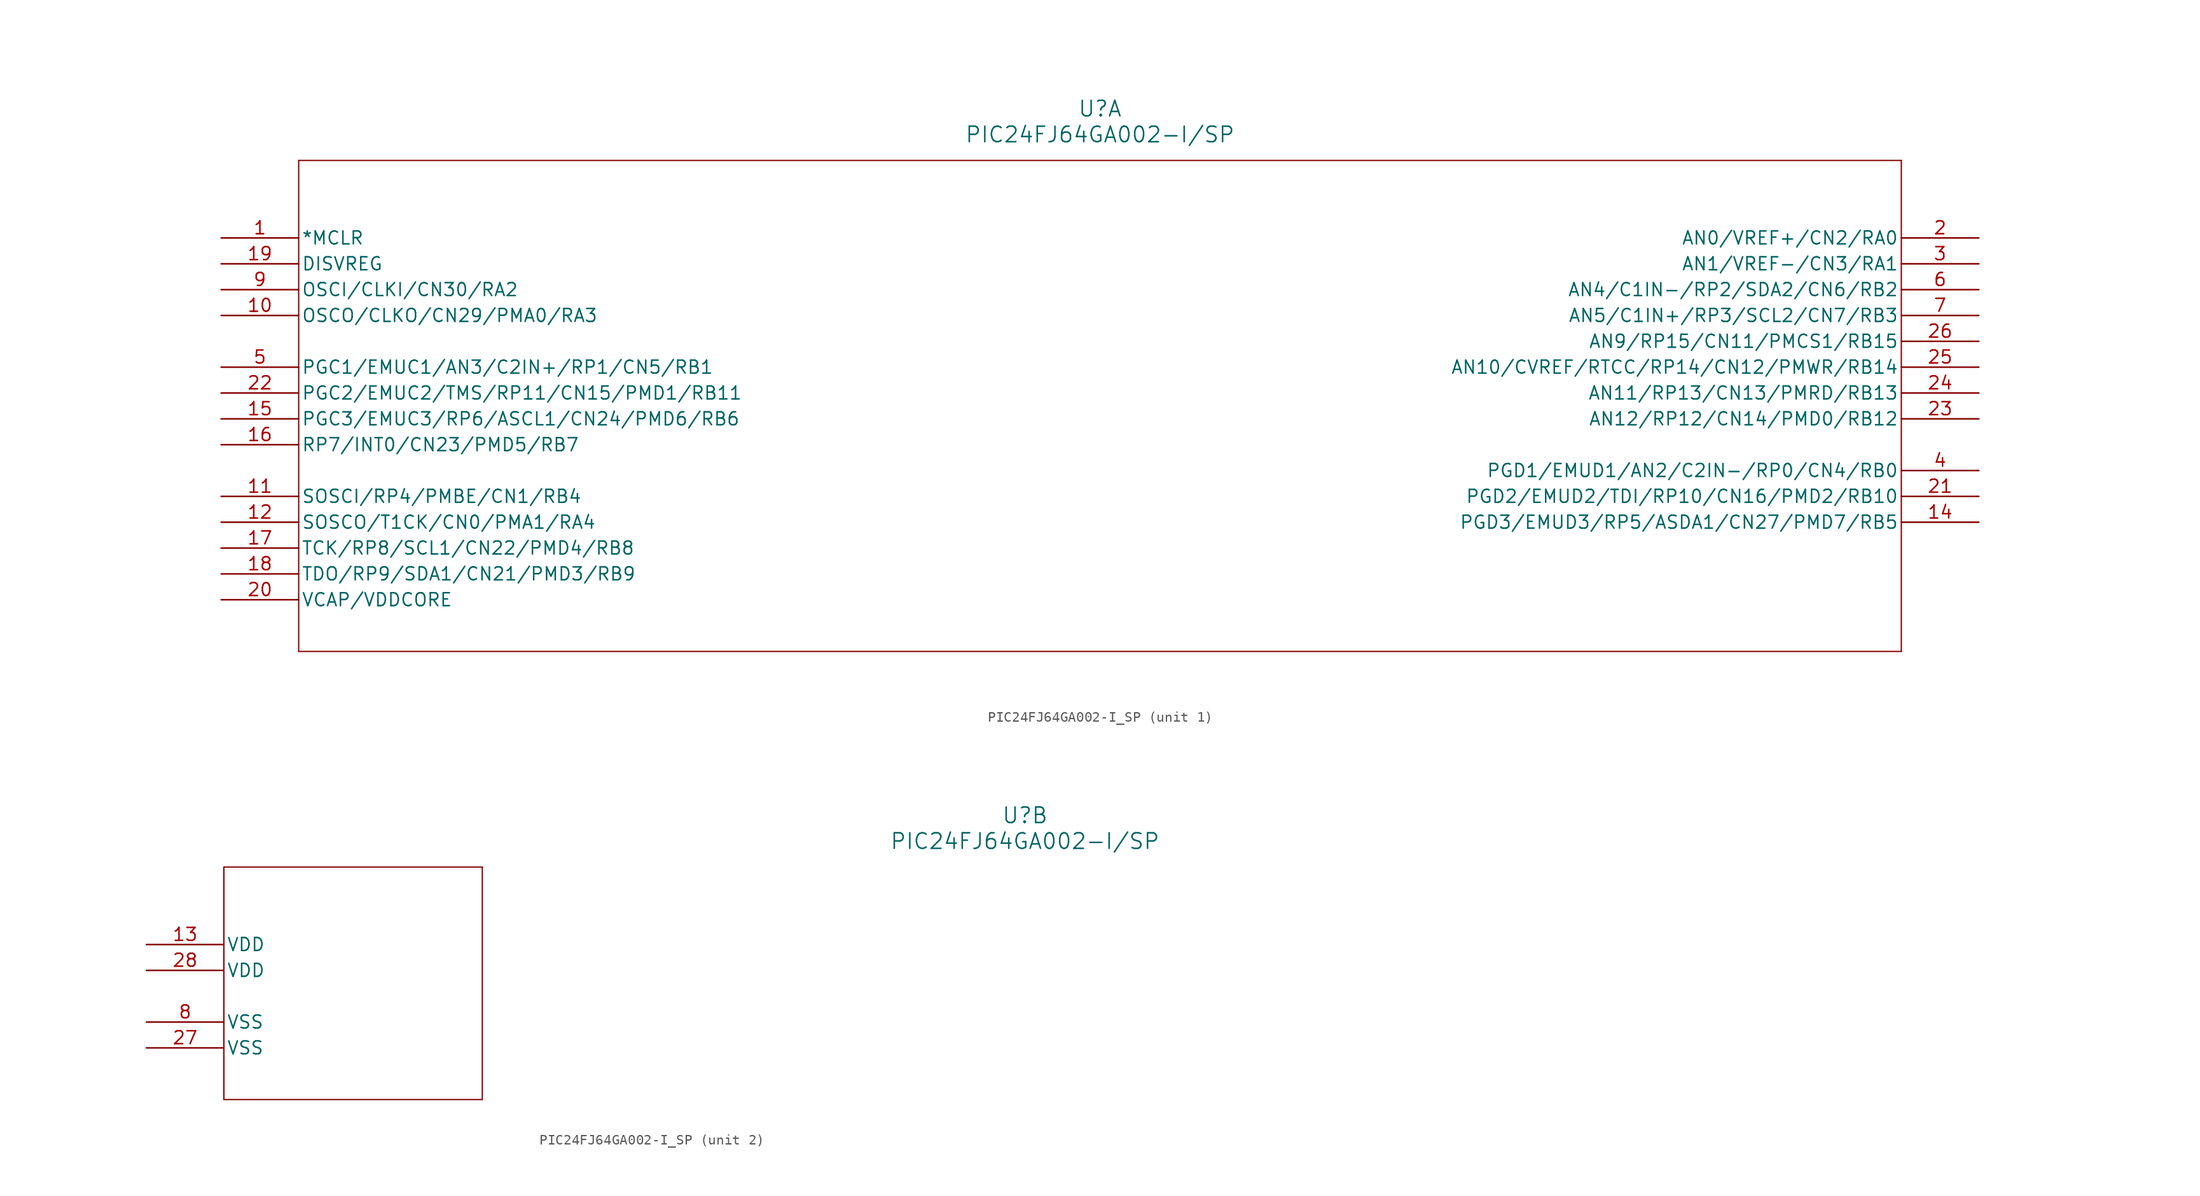
<source format=kicad_sym>
(kicad_symbol_lib
  (version 20211014)
  (generator kicad_symbol_editor)
  (symbol "PIC24FJ64GA002-I_SP"
    (pin_names
      (offset 0.254))
    (property "Reference" "U"
      (at 86.36 12.7 0)
      (effects (font (size 1.524 1.524))))
    (property "Value" "PIC24FJ64GA002-I/SP"
      (at 86.36 10.16 0)
      (effects (font (size 1.524 1.524))))
    (symbol "PIC24FJ64GA002-I_SP_1_1"
      (polyline (pts (xy 7.62 7.62) (xy 7.62 -40.64)) (stroke (width 0.127) (type default) (color 0 0 0 0)) (fill (type none)))
      (polyline (pts (xy 7.62 -40.64) (xy 165.1 -40.64)) (stroke (width 0.127) (type default) (color 0 0 0 0)) (fill (type none)))
      (polyline (pts (xy 165.1 -40.64) (xy 165.1 7.62)) (stroke (width 0.127) (type default) (color 0 0 0 0)) (fill (type none)))
      (polyline (pts (xy 165.1 7.62) (xy 7.62 7.62)) (stroke (width 0.127) (type default) (color 0 0 0 0)) (fill (type none)))
      (pin unspecified line (at 0 0 0) (length 7.62) (name "*MCLR" (effects (font (size 1.27 1.27)))) (number "1" (effects (font (size 1.27 1.27)))))
      (pin unspecified line (at 172.72 0 180) (length 7.62) (name "AN0/VREF+/CN2/RA0" (effects (font (size 1.27 1.27)))) (number "2" (effects (font (size 1.27 1.27)))))
      (pin unspecified line (at 172.72 -2.54 180) (length 7.62) (name "AN1/VREF-/CN3/RA1" (effects (font (size 1.27 1.27)))) (number "3" (effects (font (size 1.27 1.27)))))
      (pin unspecified line (at 172.72 -22.86 180) (length 7.62) (name "PGD1/EMUD1/AN2/C2IN-/RP0/CN4/RB0" (effects (font (size 1.27 1.27)))) (number "4" (effects (font (size 1.27 1.27)))))
      (pin unspecified line (at 0 -12.7 0) (length 7.62) (name "PGC1/EMUC1/AN3/C2IN+/RP1/CN5/RB1" (effects (font (size 1.27 1.27)))) (number "5" (effects (font (size 1.27 1.27)))))
      (pin unspecified line (at 172.72 -5.08 180) (length 7.62) (name "AN4/C1IN-/RP2/SDA2/CN6/RB2" (effects (font (size 1.27 1.27)))) (number "6" (effects (font (size 1.27 1.27)))))
      (pin unspecified line (at 172.72 -7.62 180) (length 7.62) (name "AN5/C1IN+/RP3/SCL2/CN7/RB3" (effects (font (size 1.27 1.27)))) (number "7" (effects (font (size 1.27 1.27)))))
      (pin unspecified line (at 0 -5.08 0) (length 7.62) (name "OSCI/CLKI/CN30/RA2" (effects (font (size 1.27 1.27)))) (number "9" (effects (font (size 1.27 1.27)))))
      (pin unspecified line (at 0 -7.62 0) (length 7.62) (name "OSCO/CLKO/CN29/PMA0/RA3" (effects (font (size 1.27 1.27)))) (number "10" (effects (font (size 1.27 1.27)))))
      (pin unspecified line (at 0 -25.4 0) (length 7.62) (name "SOSCI/RP4/PMBE/CN1/RB4" (effects (font (size 1.27 1.27)))) (number "11" (effects (font (size 1.27 1.27)))))
      (pin unspecified line (at 0 -27.94 0) (length 7.62) (name "SOSCO/T1CK/CN0/PMA1/RA4" (effects (font (size 1.27 1.27)))) (number "12" (effects (font (size 1.27 1.27)))))
      (pin unspecified line (at 172.72 -27.94 180) (length 7.62) (name "PGD3/EMUD3/RP5/ASDA1/CN27/PMD7/RB5" (effects (font (size 1.27 1.27)))) (number "14" (effects (font (size 1.27 1.27)))))
      (pin unspecified line (at 0 -17.78 0) (length 7.62) (name "PGC3/EMUC3/RP6/ASCL1/CN24/PMD6/RB6" (effects (font (size 1.27 1.27)))) (number "15" (effects (font (size 1.27 1.27)))))
      (pin unspecified line (at 0 -20.32 0) (length 7.62) (name "RP7/INT0/CN23/PMD5/RB7" (effects (font (size 1.27 1.27)))) (number "16" (effects (font (size 1.27 1.27)))))
      (pin unspecified line (at 0 -30.48 0) (length 7.62) (name "TCK/RP8/SCL1/CN22/PMD4/RB8" (effects (font (size 1.27 1.27)))) (number "17" (effects (font (size 1.27 1.27)))))
      (pin unspecified line (at 0 -33.02 0) (length 7.62) (name "TDO/RP9/SDA1/CN21/PMD3/RB9" (effects (font (size 1.27 1.27)))) (number "18" (effects (font (size 1.27 1.27)))))
      (pin unspecified line (at 0 -2.54 0) (length 7.62) (name "DISVREG" (effects (font (size 1.27 1.27)))) (number "19" (effects (font (size 1.27 1.27)))))
      (pin unspecified line (at 0 -35.56 0) (length 7.62) (name "VCAP/VDDCORE" (effects (font (size 1.27 1.27)))) (number "20" (effects (font (size 1.27 1.27)))))
      (pin unspecified line (at 172.72 -25.4 180) (length 7.62) (name "PGD2/EMUD2/TDI/RP10/CN16/PMD2/RB10" (effects (font (size 1.27 1.27)))) (number "21" (effects (font (size 1.27 1.27)))))
      (pin unspecified line (at 0 -15.24 0) (length 7.62) (name "PGC2/EMUC2/TMS/RP11/CN15/PMD1/RB11" (effects (font (size 1.27 1.27)))) (number "22" (effects (font (size 1.27 1.27)))))
      (pin unspecified line (at 172.72 -17.78 180) (length 7.62) (name "AN12/RP12/CN14/PMD0/RB12" (effects (font (size 1.27 1.27)))) (number "23" (effects (font (size 1.27 1.27)))))
      (pin unspecified line (at 172.72 -15.24 180) (length 7.62) (name "AN11/RP13/CN13/PMRD/RB13" (effects (font (size 1.27 1.27)))) (number "24" (effects (font (size 1.27 1.27)))))
      (pin unspecified line (at 172.72 -12.7 180) (length 7.62) (name "AN10/CVREF/RTCC/RP14/CN12/PMWR/RB14" (effects (font (size 1.27 1.27)))) (number "25" (effects (font (size 1.27 1.27)))))
      (pin unspecified line (at 172.72 -10.16 180) (length 7.62) (name "AN9/RP15/CN11/PMCS1/RB15" (effects (font (size 1.27 1.27)))) (number "26" (effects (font (size 1.27 1.27))))))
    (symbol "PIC24FJ64GA002-I_SP_2_1"
      (polyline (pts (xy 7.62 7.62) (xy 7.62 -15.24)) (stroke (width 0.127) (type default) (color 0 0 0 0)) (fill (type none)))
      (polyline (pts (xy 7.62 -15.24) (xy 33.02 -15.24)) (stroke (width 0.127) (type default) (color 0 0 0 0)) (fill (type none)))
      (polyline (pts (xy 33.02 -15.24) (xy 33.02 7.62)) (stroke (width 0.127) (type default) (color 0 0 0 0)) (fill (type none)))
      (polyline (pts (xy 33.02 7.62) (xy 7.62 7.62)) (stroke (width 0.127) (type default) (color 0 0 0 0)) (fill (type none)))
      (pin unspecified line (at 0 -7.62 0) (length 7.62) (name "VSS" (effects (font (size 1.27 1.27)))) (number "8" (effects (font (size 1.27 1.27)))))
      (pin unspecified line (at 0 0 0) (length 7.62) (name "VDD" (effects (font (size 1.27 1.27)))) (number "13" (effects (font (size 1.27 1.27)))))
      (pin unspecified line (at 0 -10.16 0) (length 7.62) (name "VSS" (effects (font (size 1.27 1.27)))) (number "27" (effects (font (size 1.27 1.27)))))
      (pin unspecified line (at 0 -2.54 0) (length 7.62) (name "VDD" (effects (font (size 1.27 1.27)))) (number "28" (effects (font (size 1.27 1.27))))))))
</source>
